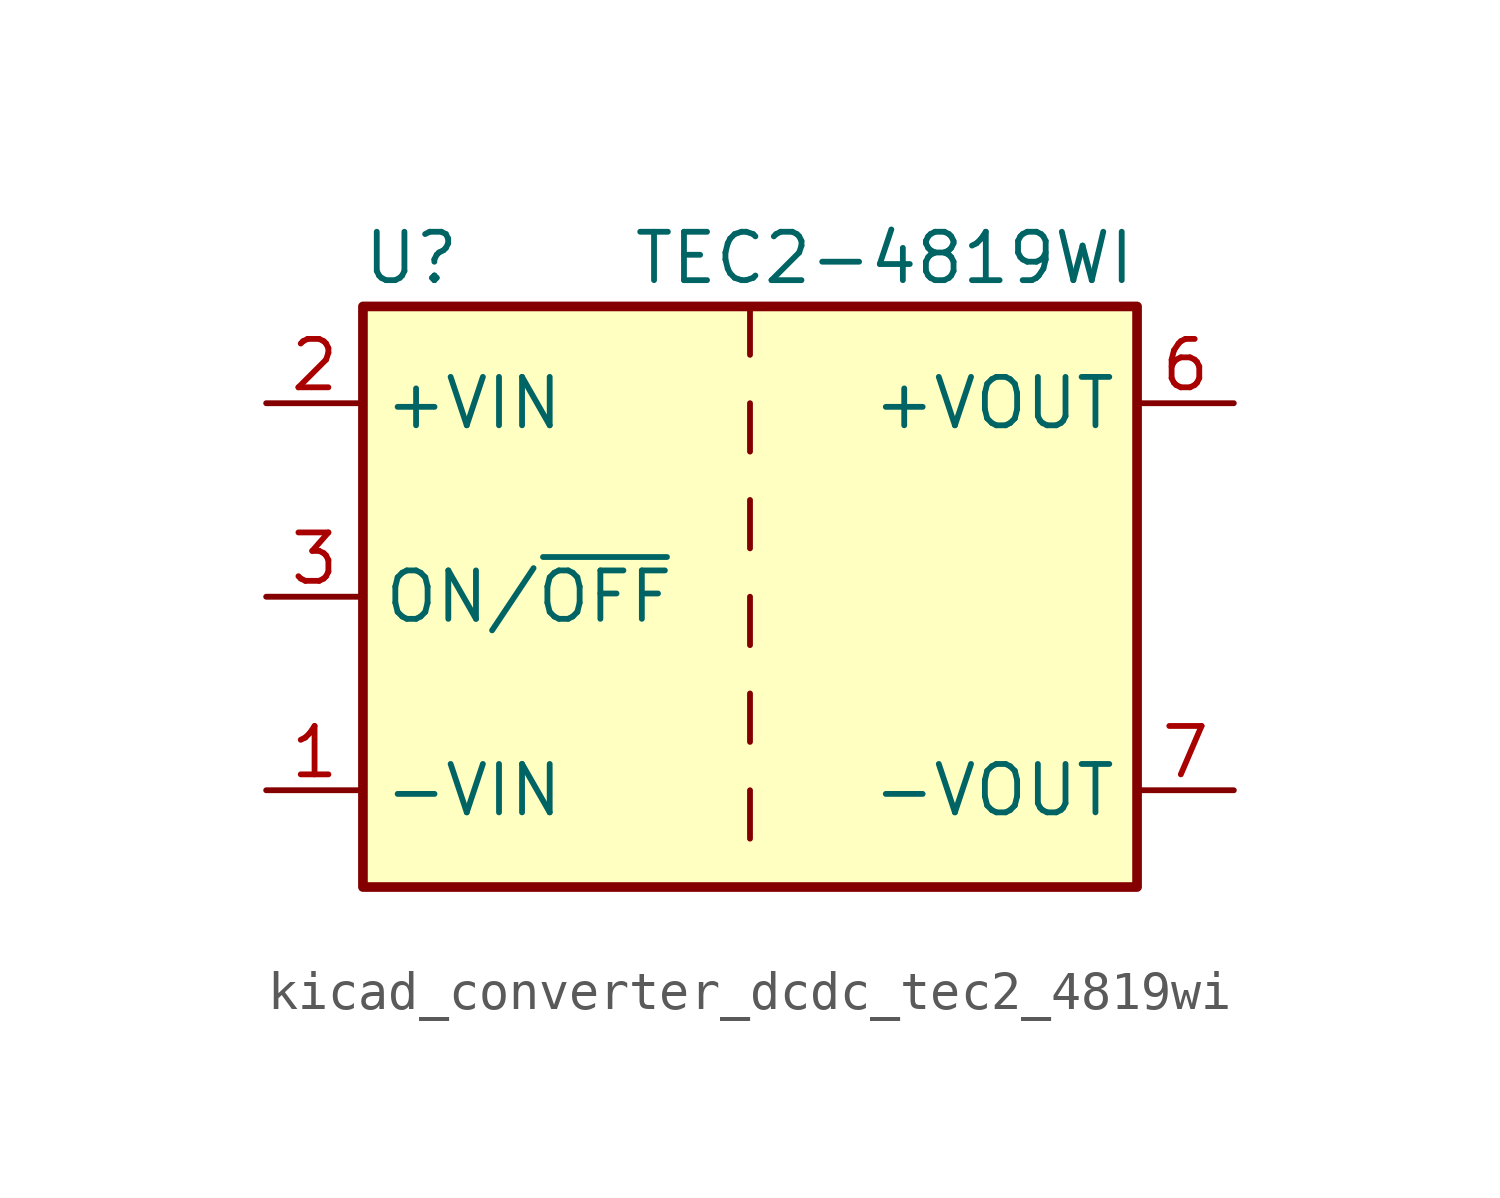
<source format=kicad_sym>
(kicad_symbol_lib
  (version 20220914)
  (generator kicad_symbol_editor)
  (symbol "kicad_converter_dcdc_tec2_4819wi"
    (property "Reference" "U"
      (at -8.89 8.89 0)
      (effects (font (size 1.27 1.27))))
    (property "Value" "TEC2-4819WI"
      (at 10.16 8.89 0)
      (effects (font (size 1.27 1.27)) (justify right)))
    (symbol "kicad_converter_dcdc_tec2_4819wi_0_1"
      (rectangle (start -10.16 7.62) (end 10.16 -7.62) (stroke (width 0.254) (type default)) (fill (type background)))
      (polyline (pts (xy 0 -5.08) (xy 0 -6.35)) (stroke (width 0) (type default)) (fill (type none)))
      (polyline (pts (xy 0 -2.54) (xy 0 -3.81)) (stroke (width 0) (type default)) (fill (type none)))
      (polyline (pts (xy 0 0) (xy 0 -1.27)) (stroke (width 0) (type default)) (fill (type none)))
      (polyline (pts (xy 0 2.54) (xy 0 1.27)) (stroke (width 0) (type default)) (fill (type none)))
      (polyline (pts (xy 0 5.08) (xy 0 3.81)) (stroke (width 0) (type default)) (fill (type none)))
      (polyline (pts (xy 0 7.62) (xy 0 6.35)) (stroke (width 0) (type default)) (fill (type none))))
    (symbol "kicad_converter_dcdc_tec2_4819wi_1_1"
      (pin power_in line (at -12.7 -5.08 0) (length 2.54) (name "-VIN" (effects (font (size 1.27 1.27)))) (number "1" (effects (font (size 1.27 1.27)))))
      (pin power_in line (at -12.7 5.08 0) (length 2.54) (name "+VIN" (effects (font (size 1.27 1.27)))) (number "2" (effects (font (size 1.27 1.27)))))
      (pin input line (at -12.7 0 0) (length 2.54) (name "ON/~{OFF}" (effects (font (size 1.27 1.27)))) (number "3" (effects (font (size 1.27 1.27)))))
      (pin no_connect line (at 10.16 2.54 180) (length 2.54) hide (name "NC" (effects (font (size 1.27 1.27)))) (number "5" (effects (font (size 1.27 1.27)))))
      (pin power_out line (at 12.7 5.08 180) (length 2.54) (name "+VOUT" (effects (font (size 1.27 1.27)))) (number "6" (effects (font (size 1.27 1.27)))))
      (pin power_out line (at 12.7 -5.08 180) (length 2.54) (name "-VOUT" (effects (font (size 1.27 1.27)))) (number "7" (effects (font (size 1.27 1.27)))))
      (pin no_connect line (at 10.16 0 180) (length 2.54) hide (name "NC" (effects (font (size 1.27 1.27)))) (number "8" (effects (font (size 1.27 1.27))))))))
</source>
